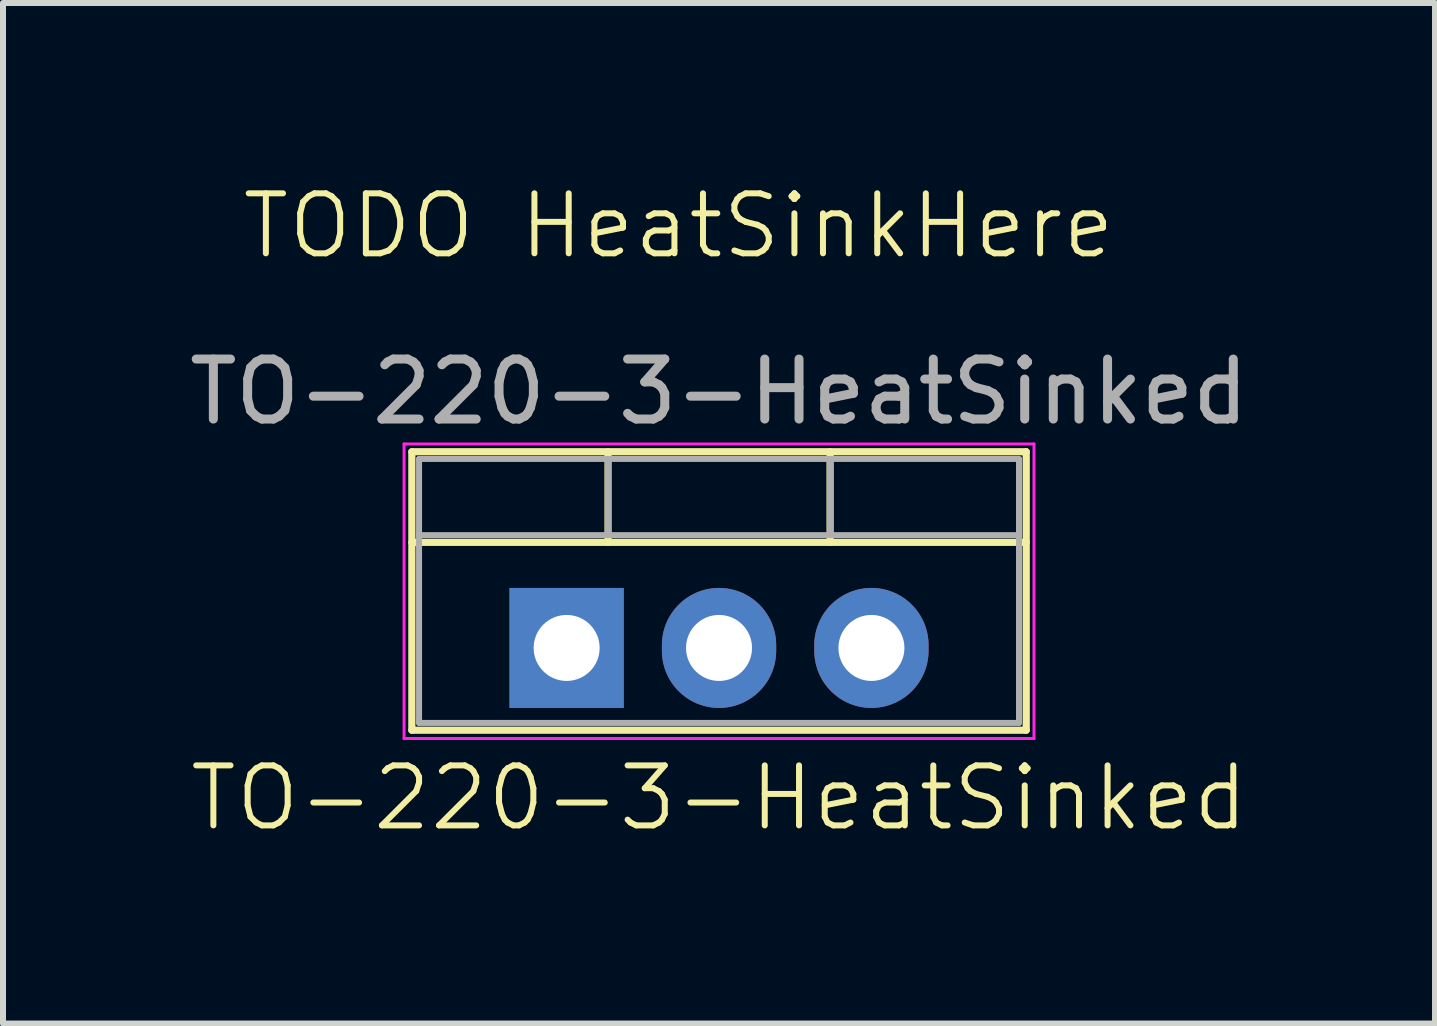
<source format=kicad_pcb>
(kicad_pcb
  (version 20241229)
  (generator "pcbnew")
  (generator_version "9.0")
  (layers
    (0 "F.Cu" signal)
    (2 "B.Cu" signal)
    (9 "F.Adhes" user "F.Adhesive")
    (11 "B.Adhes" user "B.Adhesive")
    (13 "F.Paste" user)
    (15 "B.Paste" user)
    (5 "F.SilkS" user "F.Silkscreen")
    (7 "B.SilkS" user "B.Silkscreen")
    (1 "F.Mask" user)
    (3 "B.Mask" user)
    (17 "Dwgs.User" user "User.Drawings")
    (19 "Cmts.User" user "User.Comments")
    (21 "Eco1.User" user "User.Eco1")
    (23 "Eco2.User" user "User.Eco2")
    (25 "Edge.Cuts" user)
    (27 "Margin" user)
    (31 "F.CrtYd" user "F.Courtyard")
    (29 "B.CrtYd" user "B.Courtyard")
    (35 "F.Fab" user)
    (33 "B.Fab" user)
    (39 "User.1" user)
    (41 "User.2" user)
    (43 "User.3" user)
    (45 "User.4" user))
  (footprint "TO-220-3-HeatSinked"
    (layer "F.Cu")
    (at 8.935 7.3)
    (property "Reference" "TO-220-3-HeatSinked" (at 0 2.95 0) (unlocked yes) (layer "F.SilkS") (effects (font (size 1 1) (thickness 0.1))))
    (attr through_hole)
    (fp_line (start -5.12 -2.82) (end -5.12 1.821) (stroke (width 0.12) (type solid)) (layer "F.SilkS"))
    (fp_line (start -5.12 -2.82) (end 5.12 -2.82) (stroke (width 0.12) (type solid)) (layer "F.SilkS"))
    (fp_line (start -5.12 -1.31) (end 5.12 -1.31) (stroke (width 0.12) (type solid)) (layer "F.SilkS"))
    (fp_line (start -5.12 1.821) (end 5.12 1.821) (stroke (width 0.12) (type solid)) (layer "F.SilkS"))
    (fp_line (start -1.85 -2.82) (end -1.85 -1.31) (stroke (width 0.12) (type solid)) (layer "F.SilkS"))
    (fp_line (start 1.851 -2.82) (end 1.851 -1.31) (stroke (width 0.12) (type solid)) (layer "F.SilkS"))
    (fp_line (start 5.12 -2.82) (end 5.12 1.821) (stroke (width 0.12) (type solid)) (layer "F.SilkS"))
    (fp_line (start -5.25 -2.95) (end -5.25 1.96) (stroke (width 0.05) (type solid)) (layer "F.CrtYd"))
    (fp_line (start -5.25 1.96) (end 5.25 1.96) (stroke (width 0.05) (type solid)) (layer "F.CrtYd"))
    (fp_line (start 5.25 -2.95) (end -5.25 -2.95) (stroke (width 0.05) (type solid)) (layer "F.CrtYd"))
    (fp_line (start 5.25 1.96) (end 5.25 -2.95) (stroke (width 0.05) (type solid)) (layer "F.CrtYd"))
    (fp_line (start -5 -2.7) (end -5 1.7) (stroke (width 0.1) (type solid)) (layer "F.Fab"))
    (fp_line (start -5 -1.43) (end 5 -1.43) (stroke (width 0.1) (type solid)) (layer "F.Fab"))
    (fp_line (start -5 1.7) (end 5 1.7) (stroke (width 0.1) (type solid)) (layer "F.Fab"))
    (fp_line (start -1.85 -2.7) (end -1.85 -1.43) (stroke (width 0.1) (type solid)) (layer "F.Fab"))
    (fp_line (start 1.85 -2.7) (end 1.85 -1.43) (stroke (width 0.1) (type solid)) (layer "F.Fab"))
    (fp_line (start 5 -2.7) (end -5 -2.7) (stroke (width 0.1) (type solid)) (layer "F.Fab"))
    (fp_line (start 5 1.7) (end 5 -2.7) (stroke (width 0.1) (type solid)) (layer "F.Fab"))
    (fp_text user "TODO HeatSinkHere" (at -8 -6 0) (unlocked yes) (layer "F.SilkS") (effects (font (size 1 1) (thickness 0.1)) (justify left bottom)))
    (fp_text user "${REFERENCE}" (at 0 -3.82 0) (layer "F.Fab") (effects (font (size 1 1) (thickness 0.15))))
    (pad "1" thru_hole rect (at -2.54 0.45) (size 1.905 2) (drill 1.1) (layers "*.Cu" "*.Mask"))
    (pad "2" thru_hole oval (at 0 0.45) (size 1.905 2) (drill 1.1) (layers "*.Cu" "*.Mask"))
    (pad "3" thru_hole oval (at 2.54 0.45) (size 1.905 2) (drill 1.1) (layers "*.Cu" "*.Mask")))
  (gr_rect
    (start -3 -3)
    (end 20.869 14.011)
    (stroke (width 0.1) (type default))
    (fill no)
    (layer "Edge.Cuts")))
</source>
